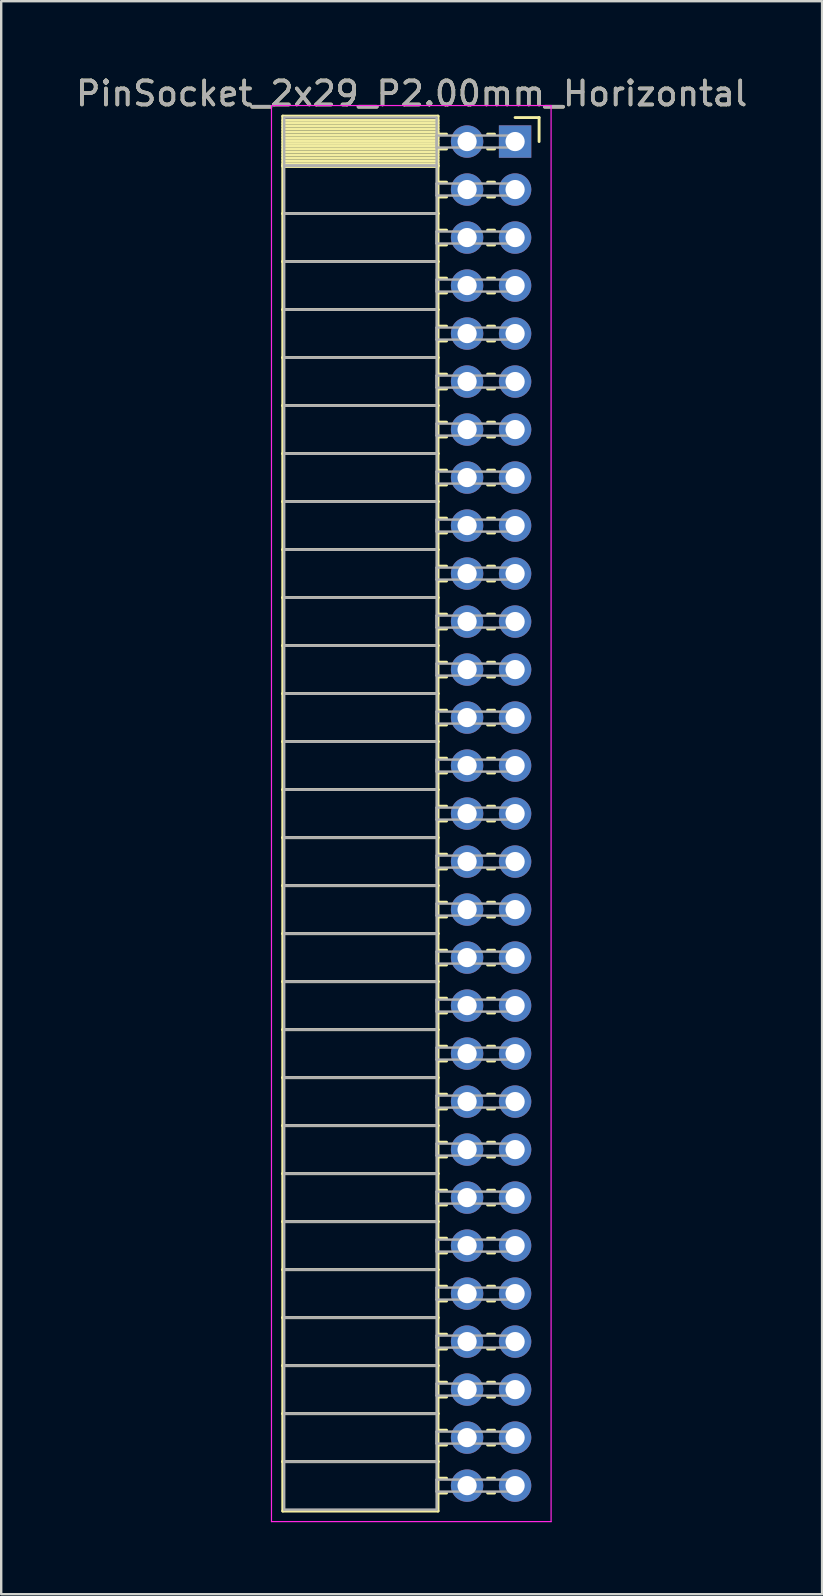
<source format=kicad_pcb>
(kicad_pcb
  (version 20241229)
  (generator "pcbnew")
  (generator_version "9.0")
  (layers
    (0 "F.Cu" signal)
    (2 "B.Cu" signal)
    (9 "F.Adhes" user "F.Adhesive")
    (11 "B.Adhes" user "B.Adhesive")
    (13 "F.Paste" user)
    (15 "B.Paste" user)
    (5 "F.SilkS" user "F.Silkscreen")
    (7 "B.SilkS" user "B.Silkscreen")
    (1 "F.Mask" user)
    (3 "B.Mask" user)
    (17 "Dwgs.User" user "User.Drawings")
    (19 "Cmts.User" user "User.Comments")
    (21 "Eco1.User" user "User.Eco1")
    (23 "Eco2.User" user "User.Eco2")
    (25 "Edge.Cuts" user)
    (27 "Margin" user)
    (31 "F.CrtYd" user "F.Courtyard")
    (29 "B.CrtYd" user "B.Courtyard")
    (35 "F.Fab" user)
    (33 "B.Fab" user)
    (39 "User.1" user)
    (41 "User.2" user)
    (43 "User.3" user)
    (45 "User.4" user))
  (footprint "PinSocket_2x29_P2.00mm_Horizontal"
    (layer "F.Cu")
    (at 18.411 2.848)
    (property "Reference" "PinSocket_2x29_P2.00mm_Horizontal" (at -4.31 -2 0) (layer "F.SilkS") (effects (font (size 1 1) (thickness 0.15))))
    (attr through_hole)
    (fp_line (start -9.68 -1.06) (end -3.21 -1.06) (stroke (width 0.12) (type solid)) (layer "F.SilkS"))
    (fp_line (start -9.68 1) (end -9.68 -1.06) (stroke (width 0.12) (type solid)) (layer "F.SilkS"))
    (fp_line (start -9.68 1) (end -3.21 1) (stroke (width 0.12) (type solid)) (layer "F.SilkS"))
    (fp_line (start -9.68 3) (end -9.68 1) (stroke (width 0.12) (type solid)) (layer "F.SilkS"))
    (fp_line (start -9.68 3) (end -3.21 3) (stroke (width 0.12) (type solid)) (layer "F.SilkS"))
    (fp_line (start -9.68 5) (end -9.68 3) (stroke (width 0.12) (type solid)) (layer "F.SilkS"))
    (fp_line (start -9.68 5) (end -3.21 5) (stroke (width 0.12) (type solid)) (layer "F.SilkS"))
    (fp_line (start -9.68 7) (end -9.68 5) (stroke (width 0.12) (type solid)) (layer "F.SilkS"))
    (fp_line (start -9.68 7) (end -3.21 7) (stroke (width 0.12) (type solid)) (layer "F.SilkS"))
    (fp_line (start -9.68 9) (end -9.68 7) (stroke (width 0.12) (type solid)) (layer "F.SilkS"))
    (fp_line (start -9.68 9) (end -3.21 9) (stroke (width 0.12) (type solid)) (layer "F.SilkS"))
    (fp_line (start -9.68 11) (end -9.68 9) (stroke (width 0.12) (type solid)) (layer "F.SilkS"))
    (fp_line (start -9.68 11) (end -3.21 11) (stroke (width 0.12) (type solid)) (layer "F.SilkS"))
    (fp_line (start -9.68 13) (end -9.68 11) (stroke (width 0.12) (type solid)) (layer "F.SilkS"))
    (fp_line (start -9.68 13) (end -3.21 13) (stroke (width 0.12) (type solid)) (layer "F.SilkS"))
    (fp_line (start -9.68 15) (end -9.68 13) (stroke (width 0.12) (type solid)) (layer "F.SilkS"))
    (fp_line (start -9.68 15) (end -3.21 15) (stroke (width 0.12) (type solid)) (layer "F.SilkS"))
    (fp_line (start -9.68 17) (end -9.68 15) (stroke (width 0.12) (type solid)) (layer "F.SilkS"))
    (fp_line (start -9.68 17) (end -3.21 17) (stroke (width 0.12) (type solid)) (layer "F.SilkS"))
    (fp_line (start -9.68 19) (end -9.68 17) (stroke (width 0.12) (type solid)) (layer "F.SilkS"))
    (fp_line (start -9.68 19) (end -3.21 19) (stroke (width 0.12) (type solid)) (layer "F.SilkS"))
    (fp_line (start -9.68 21) (end -9.68 19) (stroke (width 0.12) (type solid)) (layer "F.SilkS"))
    (fp_line (start -9.68 21) (end -3.21 21) (stroke (width 0.12) (type solid)) (layer "F.SilkS"))
    (fp_line (start -9.68 23) (end -9.68 21) (stroke (width 0.12) (type solid)) (layer "F.SilkS"))
    (fp_line (start -9.68 23) (end -3.21 23) (stroke (width 0.12) (type solid)) (layer "F.SilkS"))
    (fp_line (start -9.68 25) (end -9.68 23) (stroke (width 0.12) (type solid)) (layer "F.SilkS"))
    (fp_line (start -9.68 25) (end -3.21 25) (stroke (width 0.12) (type solid)) (layer "F.SilkS"))
    (fp_line (start -9.68 27) (end -9.68 25) (stroke (width 0.12) (type solid)) (layer "F.SilkS"))
    (fp_line (start -9.68 27) (end -3.21 27) (stroke (width 0.12) (type solid)) (layer "F.SilkS"))
    (fp_line (start -9.68 29) (end -9.68 27) (stroke (width 0.12) (type solid)) (layer "F.SilkS"))
    (fp_line (start -9.68 29) (end -3.21 29) (stroke (width 0.12) (type solid)) (layer "F.SilkS"))
    (fp_line (start -9.68 31) (end -9.68 29) (stroke (width 0.12) (type solid)) (layer "F.SilkS"))
    (fp_line (start -9.68 31) (end -3.21 31) (stroke (width 0.12) (type solid)) (layer "F.SilkS"))
    (fp_line (start -9.68 33) (end -9.68 31) (stroke (width 0.12) (type solid)) (layer "F.SilkS"))
    (fp_line (start -9.68 33) (end -3.21 33) (stroke (width 0.12) (type solid)) (layer "F.SilkS"))
    (fp_line (start -9.68 35) (end -9.68 33) (stroke (width 0.12) (type solid)) (layer "F.SilkS"))
    (fp_line (start -9.68 35) (end -3.21 35) (stroke (width 0.12) (type solid)) (layer "F.SilkS"))
    (fp_line (start -9.68 37) (end -9.68 35) (stroke (width 0.12) (type solid)) (layer "F.SilkS"))
    (fp_line (start -9.68 37) (end -3.21 37) (stroke (width 0.12) (type solid)) (layer "F.SilkS"))
    (fp_line (start -9.68 39) (end -9.68 37) (stroke (width 0.12) (type solid)) (layer "F.SilkS"))
    (fp_line (start -9.68 39) (end -3.21 39) (stroke (width 0.12) (type solid)) (layer "F.SilkS"))
    (fp_line (start -9.68 41) (end -9.68 39) (stroke (width 0.12) (type solid)) (layer "F.SilkS"))
    (fp_line (start -9.68 41) (end -3.21 41) (stroke (width 0.12) (type solid)) (layer "F.SilkS"))
    (fp_line (start -9.68 43) (end -9.68 41) (stroke (width 0.12) (type solid)) (layer "F.SilkS"))
    (fp_line (start -9.68 43) (end -3.21 43) (stroke (width 0.12) (type solid)) (layer "F.SilkS"))
    (fp_line (start -9.68 45) (end -9.68 43) (stroke (width 0.12) (type solid)) (layer "F.SilkS"))
    (fp_line (start -9.68 45) (end -3.21 45) (stroke (width 0.12) (type solid)) (layer "F.SilkS"))
    (fp_line (start -9.68 47) (end -9.68 45) (stroke (width 0.12) (type solid)) (layer "F.SilkS"))
    (fp_line (start -9.68 47) (end -3.21 47) (stroke (width 0.12) (type solid)) (layer "F.SilkS"))
    (fp_line (start -9.68 49) (end -9.68 47) (stroke (width 0.12) (type solid)) (layer "F.SilkS"))
    (fp_line (start -9.68 49) (end -3.21 49) (stroke (width 0.12) (type solid)) (layer "F.SilkS"))
    (fp_line (start -9.68 51) (end -9.68 49) (stroke (width 0.12) (type solid)) (layer "F.SilkS"))
    (fp_line (start -9.68 51) (end -3.21 51) (stroke (width 0.12) (type solid)) (layer "F.SilkS"))
    (fp_line (start -9.68 53) (end -9.68 51) (stroke (width 0.12) (type solid)) (layer "F.SilkS"))
    (fp_line (start -9.68 53) (end -3.21 53) (stroke (width 0.12) (type solid)) (layer "F.SilkS"))
    (fp_line (start -9.68 55) (end -9.68 53) (stroke (width 0.12) (type solid)) (layer "F.SilkS"))
    (fp_line (start -9.68 55) (end -3.21 55) (stroke (width 0.12) (type solid)) (layer "F.SilkS"))
    (fp_line (start -9.68 57.06) (end -9.68 55) (stroke (width 0.12) (type solid)) (layer "F.SilkS"))
    (fp_line (start -3.21 -1.06) (end -3.21 1) (stroke (width 0.12) (type solid)) (layer "F.SilkS"))
    (fp_line (start -3.21 -0.88) (end -9.68 -0.88) (stroke (width 0.12) (type solid)) (layer "F.SilkS"))
    (fp_line (start -3.21 -0.76) (end -9.68 -0.76) (stroke (width 0.12) (type solid)) (layer "F.SilkS"))
    (fp_line (start -3.21 -0.64) (end -9.68 -0.64) (stroke (width 0.12) (type solid)) (layer "F.SilkS"))
    (fp_line (start -3.21 -0.52) (end -9.68 -0.52) (stroke (width 0.12) (type solid)) (layer "F.SilkS"))
    (fp_line (start -3.21 -0.4) (end -9.68 -0.4) (stroke (width 0.12) (type solid)) (layer "F.SilkS"))
    (fp_line (start -3.21 -0.28) (end -9.68 -0.28) (stroke (width 0.12) (type solid)) (layer "F.SilkS"))
    (fp_line (start -3.21 -0.16) (end -9.68 -0.16) (stroke (width 0.12) (type solid)) (layer "F.SilkS"))
    (fp_line (start -3.21 -0.04) (end -9.68 -0.04) (stroke (width 0.12) (type solid)) (layer "F.SilkS"))
    (fp_line (start -3.21 0.08) (end -9.68 0.08) (stroke (width 0.12) (type solid)) (layer "F.SilkS"))
    (fp_line (start -3.21 0.2) (end -9.68 0.2) (stroke (width 0.12) (type solid)) (layer "F.SilkS"))
    (fp_line (start -3.21 0.32) (end -9.68 0.32) (stroke (width 0.12) (type solid)) (layer "F.SilkS"))
    (fp_line (start -3.21 0.44) (end -9.68 0.44) (stroke (width 0.12) (type solid)) (layer "F.SilkS"))
    (fp_line (start -3.21 0.56) (end -9.68 0.56) (stroke (width 0.12) (type solid)) (layer "F.SilkS"))
    (fp_line (start -3.21 0.68) (end -9.68 0.68) (stroke (width 0.12) (type solid)) (layer "F.SilkS"))
    (fp_line (start -3.21 0.8) (end -9.68 0.8) (stroke (width 0.12) (type solid)) (layer "F.SilkS"))
    (fp_line (start -3.21 0.92) (end -9.68 0.92) (stroke (width 0.12) (type solid)) (layer "F.SilkS"))
    (fp_line (start -3.21 1) (end -9.68 1) (stroke (width 0.12) (type solid)) (layer "F.SilkS"))
    (fp_line (start -3.21 1) (end -3.21 3) (stroke (width 0.12) (type solid)) (layer "F.SilkS"))
    (fp_line (start -3.21 1.04) (end -9.68 1.04) (stroke (width 0.12) (type solid)) (layer "F.SilkS"))
    (fp_line (start -3.21 3) (end -9.68 3) (stroke (width 0.12) (type solid)) (layer "F.SilkS"))
    (fp_line (start -3.21 3) (end -3.21 5) (stroke (width 0.12) (type solid)) (layer "F.SilkS"))
    (fp_line (start -3.21 5) (end -9.68 5) (stroke (width 0.12) (type solid)) (layer "F.SilkS"))
    (fp_line (start -3.21 5) (end -3.21 7) (stroke (width 0.12) (type solid)) (layer "F.SilkS"))
    (fp_line (start -3.21 7) (end -9.68 7) (stroke (width 0.12) (type solid)) (layer "F.SilkS"))
    (fp_line (start -3.21 7) (end -3.21 9) (stroke (width 0.12) (type solid)) (layer "F.SilkS"))
    (fp_line (start -3.21 9) (end -9.68 9) (stroke (width 0.12) (type solid)) (layer "F.SilkS"))
    (fp_line (start -3.21 9) (end -3.21 11) (stroke (width 0.12) (type solid)) (layer "F.SilkS"))
    (fp_line (start -3.21 11) (end -9.68 11) (stroke (width 0.12) (type solid)) (layer "F.SilkS"))
    (fp_line (start -3.21 11) (end -3.21 13) (stroke (width 0.12) (type solid)) (layer "F.SilkS"))
    (fp_line (start -3.21 13) (end -9.68 13) (stroke (width 0.12) (type solid)) (layer "F.SilkS"))
    (fp_line (start -3.21 13) (end -3.21 15) (stroke (width 0.12) (type solid)) (layer "F.SilkS"))
    (fp_line (start -3.21 15) (end -9.68 15) (stroke (width 0.12) (type solid)) (layer "F.SilkS"))
    (fp_line (start -3.21 15) (end -3.21 17) (stroke (width 0.12) (type solid)) (layer "F.SilkS"))
    (fp_line (start -3.21 17) (end -9.68 17) (stroke (width 0.12) (type solid)) (layer "F.SilkS"))
    (fp_line (start -3.21 17) (end -3.21 19) (stroke (width 0.12) (type solid)) (layer "F.SilkS"))
    (fp_line (start -3.21 19) (end -9.68 19) (stroke (width 0.12) (type solid)) (layer "F.SilkS"))
    (fp_line (start -3.21 19) (end -3.21 21) (stroke (width 0.12) (type solid)) (layer "F.SilkS"))
    (fp_line (start -3.21 21) (end -9.68 21) (stroke (width 0.12) (type solid)) (layer "F.SilkS"))
    (fp_line (start -3.21 21) (end -3.21 23) (stroke (width 0.12) (type solid)) (layer "F.SilkS"))
    (fp_line (start -3.21 23) (end -9.68 23) (stroke (width 0.12) (type solid)) (layer "F.SilkS"))
    (fp_line (start -3.21 23) (end -3.21 25) (stroke (width 0.12) (type solid)) (layer "F.SilkS"))
    (fp_line (start -3.21 25) (end -9.68 25) (stroke (width 0.12) (type solid)) (layer "F.SilkS"))
    (fp_line (start -3.21 25) (end -3.21 27) (stroke (width 0.12) (type solid)) (layer "F.SilkS"))
    (fp_line (start -3.21 27) (end -9.68 27) (stroke (width 0.12) (type solid)) (layer "F.SilkS"))
    (fp_line (start -3.21 27) (end -3.21 29) (stroke (width 0.12) (type solid)) (layer "F.SilkS"))
    (fp_line (start -3.21 29) (end -9.68 29) (stroke (width 0.12) (type solid)) (layer "F.SilkS"))
    (fp_line (start -3.21 29) (end -3.21 31) (stroke (width 0.12) (type solid)) (layer "F.SilkS"))
    (fp_line (start -3.21 31) (end -9.68 31) (stroke (width 0.12) (type solid)) (layer "F.SilkS"))
    (fp_line (start -3.21 31) (end -3.21 33) (stroke (width 0.12) (type solid)) (layer "F.SilkS"))
    (fp_line (start -3.21 33) (end -9.68 33) (stroke (width 0.12) (type solid)) (layer "F.SilkS"))
    (fp_line (start -3.21 33) (end -3.21 35) (stroke (width 0.12) (type solid)) (layer "F.SilkS"))
    (fp_line (start -3.21 35) (end -9.68 35) (stroke (width 0.12) (type solid)) (layer "F.SilkS"))
    (fp_line (start -3.21 35) (end -3.21 37) (stroke (width 0.12) (type solid)) (layer "F.SilkS"))
    (fp_line (start -3.21 37) (end -9.68 37) (stroke (width 0.12) (type solid)) (layer "F.SilkS"))
    (fp_line (start -3.21 37) (end -3.21 39) (stroke (width 0.12) (type solid)) (layer "F.SilkS"))
    (fp_line (start -3.21 39) (end -9.68 39) (stroke (width 0.12) (type solid)) (layer "F.SilkS"))
    (fp_line (start -3.21 39) (end -3.21 41) (stroke (width 0.12) (type solid)) (layer "F.SilkS"))
    (fp_line (start -3.21 41) (end -9.68 41) (stroke (width 0.12) (type solid)) (layer "F.SilkS"))
    (fp_line (start -3.21 41) (end -3.21 43) (stroke (width 0.12) (type solid)) (layer "F.SilkS"))
    (fp_line (start -3.21 43) (end -9.68 43) (stroke (width 0.12) (type solid)) (layer "F.SilkS"))
    (fp_line (start -3.21 43) (end -3.21 45) (stroke (width 0.12) (type solid)) (layer "F.SilkS"))
    (fp_line (start -3.21 45) (end -9.68 45) (stroke (width 0.12) (type solid)) (layer "F.SilkS"))
    (fp_line (start -3.21 45) (end -3.21 47) (stroke (width 0.12) (type solid)) (layer "F.SilkS"))
    (fp_line (start -3.21 47) (end -9.68 47) (stroke (width 0.12) (type solid)) (layer "F.SilkS"))
    (fp_line (start -3.21 47) (end -3.21 49) (stroke (width 0.12) (type solid)) (layer "F.SilkS"))
    (fp_line (start -3.21 49) (end -9.68 49) (stroke (width 0.12) (type solid)) (layer "F.SilkS"))
    (fp_line (start -3.21 49) (end -3.21 51) (stroke (width 0.12) (type solid)) (layer "F.SilkS"))
    (fp_line (start -3.21 51) (end -9.68 51) (stroke (width 0.12) (type solid)) (layer "F.SilkS"))
    (fp_line (start -3.21 51) (end -3.21 53) (stroke (width 0.12) (type solid)) (layer "F.SilkS"))
    (fp_line (start -3.21 53) (end -9.68 53) (stroke (width 0.12) (type solid)) (layer "F.SilkS"))
    (fp_line (start -3.21 53) (end -3.21 55) (stroke (width 0.12) (type solid)) (layer "F.SilkS"))
    (fp_line (start -3.21 55) (end -9.68 55) (stroke (width 0.12) (type solid)) (layer "F.SilkS"))
    (fp_line (start -3.21 55) (end -3.21 57.06) (stroke (width 0.12) (type solid)) (layer "F.SilkS"))
    (fp_line (start -3.21 57.06) (end -9.68 57.06) (stroke (width 0.12) (type solid)) (layer "F.SilkS"))
    (fp_line (start -2.855 -0.31) (end -3.21 -0.31) (stroke (width 0.12) (type solid)) (layer "F.SilkS"))
    (fp_line (start -2.855 0.31) (end -3.21 0.31) (stroke (width 0.12) (type solid)) (layer "F.SilkS"))
    (fp_line (start -2.855 1.69) (end -3.21 1.69) (stroke (width 0.12) (type solid)) (layer "F.SilkS"))
    (fp_line (start -2.855 2.31) (end -3.21 2.31) (stroke (width 0.12) (type solid)) (layer "F.SilkS"))
    (fp_line (start -2.855 3.69) (end -3.21 3.69) (stroke (width 0.12) (type solid)) (layer "F.SilkS"))
    (fp_line (start -2.855 4.31) (end -3.21 4.31) (stroke (width 0.12) (type solid)) (layer "F.SilkS"))
    (fp_line (start -2.855 5.69) (end -3.21 5.69) (stroke (width 0.12) (type solid)) (layer "F.SilkS"))
    (fp_line (start -2.855 6.31) (end -3.21 6.31) (stroke (width 0.12) (type solid)) (layer "F.SilkS"))
    (fp_line (start -2.855 7.69) (end -3.21 7.69) (stroke (width 0.12) (type solid)) (layer "F.SilkS"))
    (fp_line (start -2.855 8.31) (end -3.21 8.31) (stroke (width 0.12) (type solid)) (layer "F.SilkS"))
    (fp_line (start -2.855 9.69) (end -3.21 9.69) (stroke (width 0.12) (type solid)) (layer "F.SilkS"))
    (fp_line (start -2.855 10.31) (end -3.21 10.31) (stroke (width 0.12) (type solid)) (layer "F.SilkS"))
    (fp_line (start -2.855 11.69) (end -3.21 11.69) (stroke (width 0.12) (type solid)) (layer "F.SilkS"))
    (fp_line (start -2.855 12.31) (end -3.21 12.31) (stroke (width 0.12) (type solid)) (layer "F.SilkS"))
    (fp_line (start -2.855 13.69) (end -3.21 13.69) (stroke (width 0.12) (type solid)) (layer "F.SilkS"))
    (fp_line (start -2.855 14.31) (end -3.21 14.31) (stroke (width 0.12) (type solid)) (layer "F.SilkS"))
    (fp_line (start -2.855 15.69) (end -3.21 15.69) (stroke (width 0.12) (type solid)) (layer "F.SilkS"))
    (fp_line (start -2.855 16.31) (end -3.21 16.31) (stroke (width 0.12) (type solid)) (layer "F.SilkS"))
    (fp_line (start -2.855 17.69) (end -3.21 17.69) (stroke (width 0.12) (type solid)) (layer "F.SilkS"))
    (fp_line (start -2.855 18.31) (end -3.21 18.31) (stroke (width 0.12) (type solid)) (layer "F.SilkS"))
    (fp_line (start -2.855 19.69) (end -3.21 19.69) (stroke (width 0.12) (type solid)) (layer "F.SilkS"))
    (fp_line (start -2.855 20.31) (end -3.21 20.31) (stroke (width 0.12) (type solid)) (layer "F.SilkS"))
    (fp_line (start -2.855 21.69) (end -3.21 21.69) (stroke (width 0.12) (type solid)) (layer "F.SilkS"))
    (fp_line (start -2.855 22.31) (end -3.21 22.31) (stroke (width 0.12) (type solid)) (layer "F.SilkS"))
    (fp_line (start -2.855 23.69) (end -3.21 23.69) (stroke (width 0.12) (type solid)) (layer "F.SilkS"))
    (fp_line (start -2.855 24.31) (end -3.21 24.31) (stroke (width 0.12) (type solid)) (layer "F.SilkS"))
    (fp_line (start -2.855 25.69) (end -3.21 25.69) (stroke (width 0.12) (type solid)) (layer "F.SilkS"))
    (fp_line (start -2.855 26.31) (end -3.21 26.31) (stroke (width 0.12) (type solid)) (layer "F.SilkS"))
    (fp_line (start -2.855 27.69) (end -3.21 27.69) (stroke (width 0.12) (type solid)) (layer "F.SilkS"))
    (fp_line (start -2.855 28.31) (end -3.21 28.31) (stroke (width 0.12) (type solid)) (layer "F.SilkS"))
    (fp_line (start -2.855 29.69) (end -3.21 29.69) (stroke (width 0.12) (type solid)) (layer "F.SilkS"))
    (fp_line (start -2.855 30.31) (end -3.21 30.31) (stroke (width 0.12) (type solid)) (layer "F.SilkS"))
    (fp_line (start -2.855 31.69) (end -3.21 31.69) (stroke (width 0.12) (type solid)) (layer "F.SilkS"))
    (fp_line (start -2.855 32.31) (end -3.21 32.31) (stroke (width 0.12) (type solid)) (layer "F.SilkS"))
    (fp_line (start -2.855 33.69) (end -3.21 33.69) (stroke (width 0.12) (type solid)) (layer "F.SilkS"))
    (fp_line (start -2.855 34.31) (end -3.21 34.31) (stroke (width 0.12) (type solid)) (layer "F.SilkS"))
    (fp_line (start -2.855 35.69) (end -3.21 35.69) (stroke (width 0.12) (type solid)) (layer "F.SilkS"))
    (fp_line (start -2.855 36.31) (end -3.21 36.31) (stroke (width 0.12) (type solid)) (layer "F.SilkS"))
    (fp_line (start -2.855 37.69) (end -3.21 37.69) (stroke (width 0.12) (type solid)) (layer "F.SilkS"))
    (fp_line (start -2.855 38.31) (end -3.21 38.31) (stroke (width 0.12) (type solid)) (layer "F.SilkS"))
    (fp_line (start -2.855 39.69) (end -3.21 39.69) (stroke (width 0.12) (type solid)) (layer "F.SilkS"))
    (fp_line (start -2.855 40.31) (end -3.21 40.31) (stroke (width 0.12) (type solid)) (layer "F.SilkS"))
    (fp_line (start -2.855 41.69) (end -3.21 41.69) (stroke (width 0.12) (type solid)) (layer "F.SilkS"))
    (fp_line (start -2.855 42.31) (end -3.21 42.31) (stroke (width 0.12) (type solid)) (layer "F.SilkS"))
    (fp_line (start -2.855 43.69) (end -3.21 43.69) (stroke (width 0.12) (type solid)) (layer "F.SilkS"))
    (fp_line (start -2.855 44.31) (end -3.21 44.31) (stroke (width 0.12) (type solid)) (layer "F.SilkS"))
    (fp_line (start -2.855 45.69) (end -3.21 45.69) (stroke (width 0.12) (type solid)) (layer "F.SilkS"))
    (fp_line (start -2.855 46.31) (end -3.21 46.31) (stroke (width 0.12) (type solid)) (layer "F.SilkS"))
    (fp_line (start -2.855 47.69) (end -3.21 47.69) (stroke (width 0.12) (type solid)) (layer "F.SilkS"))
    (fp_line (start -2.855 48.31) (end -3.21 48.31) (stroke (width 0.12) (type solid)) (layer "F.SilkS"))
    (fp_line (start -2.855 49.69) (end -3.21 49.69) (stroke (width 0.12) (type solid)) (layer "F.SilkS"))
    (fp_line (start -2.855 50.31) (end -3.21 50.31) (stroke (width 0.12) (type solid)) (layer "F.SilkS"))
    (fp_line (start -2.855 51.69) (end -3.21 51.69) (stroke (width 0.12) (type solid)) (layer "F.SilkS"))
    (fp_line (start -2.855 52.31) (end -3.21 52.31) (stroke (width 0.12) (type solid)) (layer "F.SilkS"))
    (fp_line (start -2.855 53.69) (end -3.21 53.69) (stroke (width 0.12) (type solid)) (layer "F.SilkS"))
    (fp_line (start -2.855 54.31) (end -3.21 54.31) (stroke (width 0.12) (type solid)) (layer "F.SilkS"))
    (fp_line (start -2.855 55.69) (end -3.21 55.69) (stroke (width 0.12) (type solid)) (layer "F.SilkS"))
    (fp_line (start -2.855 56.31) (end -3.21 56.31) (stroke (width 0.12) (type solid)) (layer "F.SilkS"))
    (fp_line (start -0.855 -0.31) (end -1.145 -0.31) (stroke (width 0.12) (type solid)) (layer "F.SilkS"))
    (fp_line (start -0.855 0.31) (end -1.145 0.31) (stroke (width 0.12) (type solid)) (layer "F.SilkS"))
    (fp_line (start -0.855 1.69) (end -1.145 1.69) (stroke (width 0.12) (type solid)) (layer "F.SilkS"))
    (fp_line (start -0.855 2.31) (end -1.145 2.31) (stroke (width 0.12) (type solid)) (layer "F.SilkS"))
    (fp_line (start -0.855 3.69) (end -1.145 3.69) (stroke (width 0.12) (type solid)) (layer "F.SilkS"))
    (fp_line (start -0.855 4.31) (end -1.145 4.31) (stroke (width 0.12) (type solid)) (layer "F.SilkS"))
    (fp_line (start -0.855 5.69) (end -1.145 5.69) (stroke (width 0.12) (type solid)) (layer "F.SilkS"))
    (fp_line (start -0.855 6.31) (end -1.145 6.31) (stroke (width 0.12) (type solid)) (layer "F.SilkS"))
    (fp_line (start -0.855 7.69) (end -1.145 7.69) (stroke (width 0.12) (type solid)) (layer "F.SilkS"))
    (fp_line (start -0.855 8.31) (end -1.145 8.31) (stroke (width 0.12) (type solid)) (layer "F.SilkS"))
    (fp_line (start -0.855 9.69) (end -1.145 9.69) (stroke (width 0.12) (type solid)) (layer "F.SilkS"))
    (fp_line (start -0.855 10.31) (end -1.145 10.31) (stroke (width 0.12) (type solid)) (layer "F.SilkS"))
    (fp_line (start -0.855 11.69) (end -1.145 11.69) (stroke (width 0.12) (type solid)) (layer "F.SilkS"))
    (fp_line (start -0.855 12.31) (end -1.145 12.31) (stroke (width 0.12) (type solid)) (layer "F.SilkS"))
    (fp_line (start -0.855 13.69) (end -1.145 13.69) (stroke (width 0.12) (type solid)) (layer "F.SilkS"))
    (fp_line (start -0.855 14.31) (end -1.145 14.31) (stroke (width 0.12) (type solid)) (layer "F.SilkS"))
    (fp_line (start -0.855 15.69) (end -1.145 15.69) (stroke (width 0.12) (type solid)) (layer "F.SilkS"))
    (fp_line (start -0.855 16.31) (end -1.145 16.31) (stroke (width 0.12) (type solid)) (layer "F.SilkS"))
    (fp_line (start -0.855 17.69) (end -1.145 17.69) (stroke (width 0.12) (type solid)) (layer "F.SilkS"))
    (fp_line (start -0.855 18.31) (end -1.145 18.31) (stroke (width 0.12) (type solid)) (layer "F.SilkS"))
    (fp_line (start -0.855 19.69) (end -1.145 19.69) (stroke (width 0.12) (type solid)) (layer "F.SilkS"))
    (fp_line (start -0.855 20.31) (end -1.145 20.31) (stroke (width 0.12) (type solid)) (layer "F.SilkS"))
    (fp_line (start -0.855 21.69) (end -1.145 21.69) (stroke (width 0.12) (type solid)) (layer "F.SilkS"))
    (fp_line (start -0.855 22.31) (end -1.145 22.31) (stroke (width 0.12) (type solid)) (layer "F.SilkS"))
    (fp_line (start -0.855 23.69) (end -1.145 23.69) (stroke (width 0.12) (type solid)) (layer "F.SilkS"))
    (fp_line (start -0.855 24.31) (end -1.145 24.31) (stroke (width 0.12) (type solid)) (layer "F.SilkS"))
    (fp_line (start -0.855 25.69) (end -1.145 25.69) (stroke (width 0.12) (type solid)) (layer "F.SilkS"))
    (fp_line (start -0.855 26.31) (end -1.145 26.31) (stroke (width 0.12) (type solid)) (layer "F.SilkS"))
    (fp_line (start -0.855 27.69) (end -1.145 27.69) (stroke (width 0.12) (type solid)) (layer "F.SilkS"))
    (fp_line (start -0.855 28.31) (end -1.145 28.31) (stroke (width 0.12) (type solid)) (layer "F.SilkS"))
    (fp_line (start -0.855 29.69) (end -1.145 29.69) (stroke (width 0.12) (type solid)) (layer "F.SilkS"))
    (fp_line (start -0.855 30.31) (end -1.145 30.31) (stroke (width 0.12) (type solid)) (layer "F.SilkS"))
    (fp_line (start -0.855 31.69) (end -1.145 31.69) (stroke (width 0.12) (type solid)) (layer "F.SilkS"))
    (fp_line (start -0.855 32.31) (end -1.145 32.31) (stroke (width 0.12) (type solid)) (layer "F.SilkS"))
    (fp_line (start -0.855 33.69) (end -1.145 33.69) (stroke (width 0.12) (type solid)) (layer "F.SilkS"))
    (fp_line (start -0.855 34.31) (end -1.145 34.31) (stroke (width 0.12) (type solid)) (layer "F.SilkS"))
    (fp_line (start -0.855 35.69) (end -1.145 35.69) (stroke (width 0.12) (type solid)) (layer "F.SilkS"))
    (fp_line (start -0.855 36.31) (end -1.145 36.31) (stroke (width 0.12) (type solid)) (layer "F.SilkS"))
    (fp_line (start -0.855 37.69) (end -1.145 37.69) (stroke (width 0.12) (type solid)) (layer "F.SilkS"))
    (fp_line (start -0.855 38.31) (end -1.145 38.31) (stroke (width 0.12) (type solid)) (layer "F.SilkS"))
    (fp_line (start -0.855 39.69) (end -1.145 39.69) (stroke (width 0.12) (type solid)) (layer "F.SilkS"))
    (fp_line (start -0.855 40.31) (end -1.145 40.31) (stroke (width 0.12) (type solid)) (layer "F.SilkS"))
    (fp_line (start -0.855 41.69) (end -1.145 41.69) (stroke (width 0.12) (type solid)) (layer "F.SilkS"))
    (fp_line (start -0.855 42.31) (end -1.145 42.31) (stroke (width 0.12) (type solid)) (layer "F.SilkS"))
    (fp_line (start -0.855 43.69) (end -1.145 43.69) (stroke (width 0.12) (type solid)) (layer "F.SilkS"))
    (fp_line (start -0.855 44.31) (end -1.145 44.31) (stroke (width 0.12) (type solid)) (layer "F.SilkS"))
    (fp_line (start -0.855 45.69) (end -1.145 45.69) (stroke (width 0.12) (type solid)) (layer "F.SilkS"))
    (fp_line (start -0.855 46.31) (end -1.145 46.31) (stroke (width 0.12) (type solid)) (layer "F.SilkS"))
    (fp_line (start -0.855 47.69) (end -1.145 47.69) (stroke (width 0.12) (type solid)) (layer "F.SilkS"))
    (fp_line (start -0.855 48.31) (end -1.145 48.31) (stroke (width 0.12) (type solid)) (layer "F.SilkS"))
    (fp_line (start -0.855 49.69) (end -1.145 49.69) (stroke (width 0.12) (type solid)) (layer "F.SilkS"))
    (fp_line (start -0.855 50.31) (end -1.145 50.31) (stroke (width 0.12) (type solid)) (layer "F.SilkS"))
    (fp_line (start -0.855 51.69) (end -1.145 51.69) (stroke (width 0.12) (type solid)) (layer "F.SilkS"))
    (fp_line (start -0.855 52.31) (end -1.145 52.31) (stroke (width 0.12) (type solid)) (layer "F.SilkS"))
    (fp_line (start -0.855 53.69) (end -1.145 53.69) (stroke (width 0.12) (type solid)) (layer "F.SilkS"))
    (fp_line (start -0.855 54.31) (end -1.145 54.31) (stroke (width 0.12) (type solid)) (layer "F.SilkS"))
    (fp_line (start -0.855 55.69) (end -1.145 55.69) (stroke (width 0.12) (type solid)) (layer "F.SilkS"))
    (fp_line (start -0.855 56.31) (end -1.145 56.31) (stroke (width 0.12) (type solid)) (layer "F.SilkS"))
    (fp_line (start 0 -1) (end 1 -1) (stroke (width 0.12) (type solid)) (layer "F.SilkS"))
    (fp_line (start 1 -1) (end 1 0) (stroke (width 0.12) (type solid)) (layer "F.SilkS"))
    (fp_line (start -10.15 -1.5) (end 1.5 -1.5) (stroke (width 0.05) (type solid)) (layer "F.CrtYd"))
    (fp_line (start -10.15 57.5) (end -10.15 -1.5) (stroke (width 0.05) (type solid)) (layer "F.CrtYd"))
    (fp_line (start 1.5 -1.5) (end 1.5 57.5) (stroke (width 0.05) (type solid)) (layer "F.CrtYd"))
    (fp_line (start 1.5 57.5) (end -10.15 57.5) (stroke (width 0.05) (type solid)) (layer "F.CrtYd"))
    (fp_line (start -9.62 -1) (end -3.27 -1) (stroke (width 0.1) (type solid)) (layer "F.Fab"))
    (fp_line (start -9.62 1) (end -9.62 -1) (stroke (width 0.1) (type solid)) (layer "F.Fab"))
    (fp_line (start -9.62 1) (end -3.27 1) (stroke (width 0.1) (type solid)) (layer "F.Fab"))
    (fp_line (start -9.62 3) (end -9.62 1) (stroke (width 0.1) (type solid)) (layer "F.Fab"))
    (fp_line (start -9.62 3) (end -3.27 3) (stroke (width 0.1) (type solid)) (layer "F.Fab"))
    (fp_line (start -9.62 5) (end -9.62 3) (stroke (width 0.1) (type solid)) (layer "F.Fab"))
    (fp_line (start -9.62 5) (end -3.27 5) (stroke (width 0.1) (type solid)) (layer "F.Fab"))
    (fp_line (start -9.62 7) (end -9.62 5) (stroke (width 0.1) (type solid)) (layer "F.Fab"))
    (fp_line (start -9.62 7) (end -3.27 7) (stroke (width 0.1) (type solid)) (layer "F.Fab"))
    (fp_line (start -9.62 9) (end -9.62 7) (stroke (width 0.1) (type solid)) (layer "F.Fab"))
    (fp_line (start -9.62 9) (end -3.27 9) (stroke (width 0.1) (type solid)) (layer "F.Fab"))
    (fp_line (start -9.62 11) (end -9.62 9) (stroke (width 0.1) (type solid)) (layer "F.Fab"))
    (fp_line (start -9.62 11) (end -3.27 11) (stroke (width 0.1) (type solid)) (layer "F.Fab"))
    (fp_line (start -9.62 13) (end -9.62 11) (stroke (width 0.1) (type solid)) (layer "F.Fab"))
    (fp_line (start -9.62 13) (end -3.27 13) (stroke (width 0.1) (type solid)) (layer "F.Fab"))
    (fp_line (start -9.62 15) (end -9.62 13) (stroke (width 0.1) (type solid)) (layer "F.Fab"))
    (fp_line (start -9.62 15) (end -3.27 15) (stroke (width 0.1) (type solid)) (layer "F.Fab"))
    (fp_line (start -9.62 17) (end -9.62 15) (stroke (width 0.1) (type solid)) (layer "F.Fab"))
    (fp_line (start -9.62 17) (end -3.27 17) (stroke (width 0.1) (type solid)) (layer "F.Fab"))
    (fp_line (start -9.62 19) (end -9.62 17) (stroke (width 0.1) (type solid)) (layer "F.Fab"))
    (fp_line (start -9.62 19) (end -3.27 19) (stroke (width 0.1) (type solid)) (layer "F.Fab"))
    (fp_line (start -9.62 21) (end -9.62 19) (stroke (width 0.1) (type solid)) (layer "F.Fab"))
    (fp_line (start -9.62 21) (end -3.27 21) (stroke (width 0.1) (type solid)) (layer "F.Fab"))
    (fp_line (start -9.62 23) (end -9.62 21) (stroke (width 0.1) (type solid)) (layer "F.Fab"))
    (fp_line (start -9.62 23) (end -3.27 23) (stroke (width 0.1) (type solid)) (layer "F.Fab"))
    (fp_line (start -9.62 25) (end -9.62 23) (stroke (width 0.1) (type solid)) (layer "F.Fab"))
    (fp_line (start -9.62 25) (end -3.27 25) (stroke (width 0.1) (type solid)) (layer "F.Fab"))
    (fp_line (start -9.62 27) (end -9.62 25) (stroke (width 0.1) (type solid)) (layer "F.Fab"))
    (fp_line (start -9.62 27) (end -3.27 27) (stroke (width 0.1) (type solid)) (layer "F.Fab"))
    (fp_line (start -9.62 29) (end -9.62 27) (stroke (width 0.1) (type solid)) (layer "F.Fab"))
    (fp_line (start -9.62 29) (end -3.27 29) (stroke (width 0.1) (type solid)) (layer "F.Fab"))
    (fp_line (start -9.62 31) (end -9.62 29) (stroke (width 0.1) (type solid)) (layer "F.Fab"))
    (fp_line (start -9.62 31) (end -3.27 31) (stroke (width 0.1) (type solid)) (layer "F.Fab"))
    (fp_line (start -9.62 33) (end -9.62 31) (stroke (width 0.1) (type solid)) (layer "F.Fab"))
    (fp_line (start -9.62 33) (end -3.27 33) (stroke (width 0.1) (type solid)) (layer "F.Fab"))
    (fp_line (start -9.62 35) (end -9.62 33) (stroke (width 0.1) (type solid)) (layer "F.Fab"))
    (fp_line (start -9.62 35) (end -3.27 35) (stroke (width 0.1) (type solid)) (layer "F.Fab"))
    (fp_line (start -9.62 37) (end -9.62 35) (stroke (width 0.1) (type solid)) (layer "F.Fab"))
    (fp_line (start -9.62 37) (end -3.27 37) (stroke (width 0.1) (type solid)) (layer "F.Fab"))
    (fp_line (start -9.62 39) (end -9.62 37) (stroke (width 0.1) (type solid)) (layer "F.Fab"))
    (fp_line (start -9.62 39) (end -3.27 39) (stroke (width 0.1) (type solid)) (layer "F.Fab"))
    (fp_line (start -9.62 41) (end -9.62 39) (stroke (width 0.1) (type solid)) (layer "F.Fab"))
    (fp_line (start -9.62 41) (end -3.27 41) (stroke (width 0.1) (type solid)) (layer "F.Fab"))
    (fp_line (start -9.62 43) (end -9.62 41) (stroke (width 0.1) (type solid)) (layer "F.Fab"))
    (fp_line (start -9.62 43) (end -3.27 43) (stroke (width 0.1) (type solid)) (layer "F.Fab"))
    (fp_line (start -9.62 45) (end -9.62 43) (stroke (width 0.1) (type solid)) (layer "F.Fab"))
    (fp_line (start -9.62 45) (end -3.27 45) (stroke (width 0.1) (type solid)) (layer "F.Fab"))
    (fp_line (start -9.62 47) (end -9.62 45) (stroke (width 0.1) (type solid)) (layer "F.Fab"))
    (fp_line (start -9.62 47) (end -3.27 47) (stroke (width 0.1) (type solid)) (layer "F.Fab"))
    (fp_line (start -9.62 49) (end -9.62 47) (stroke (width 0.1) (type solid)) (layer "F.Fab"))
    (fp_line (start -9.62 49) (end -3.27 49) (stroke (width 0.1) (type solid)) (layer "F.Fab"))
    (fp_line (start -9.62 51) (end -9.62 49) (stroke (width 0.1) (type solid)) (layer "F.Fab"))
    (fp_line (start -9.62 51) (end -3.27 51) (stroke (width 0.1) (type solid)) (layer "F.Fab"))
    (fp_line (start -9.62 53) (end -9.62 51) (stroke (width 0.1) (type solid)) (layer "F.Fab"))
    (fp_line (start -9.62 53) (end -3.27 53) (stroke (width 0.1) (type solid)) (layer "F.Fab"))
    (fp_line (start -9.62 55) (end -9.62 53) (stroke (width 0.1) (type solid)) (layer "F.Fab"))
    (fp_line (start -9.62 55) (end -3.27 55) (stroke (width 0.1) (type solid)) (layer "F.Fab"))
    (fp_line (start -9.62 57) (end -9.62 55) (stroke (width 0.1) (type solid)) (layer "F.Fab"))
    (fp_line (start -3.27 -1) (end -3.27 1) (stroke (width 0.1) (type solid)) (layer "F.Fab"))
    (fp_line (start -3.27 -0.25) (end 0 -0.25) (stroke (width 0.1) (type solid)) (layer "F.Fab"))
    (fp_line (start -3.27 0.25) (end -3.27 -0.25) (stroke (width 0.1) (type solid)) (layer "F.Fab"))
    (fp_line (start -3.27 1) (end -9.62 1) (stroke (width 0.1) (type solid)) (layer "F.Fab"))
    (fp_line (start -3.27 1) (end -3.27 3) (stroke (width 0.1) (type solid)) (layer "F.Fab"))
    (fp_line (start -3.27 1.75) (end 0 1.75) (stroke (width 0.1) (type solid)) (layer "F.Fab"))
    (fp_line (start -3.27 2.25) (end -3.27 1.75) (stroke (width 0.1) (type solid)) (layer "F.Fab"))
    (fp_line (start -3.27 3) (end -9.62 3) (stroke (width 0.1) (type solid)) (layer "F.Fab"))
    (fp_line (start -3.27 3) (end -3.27 5) (stroke (width 0.1) (type solid)) (layer "F.Fab"))
    (fp_line (start -3.27 3.75) (end 0 3.75) (stroke (width 0.1) (type solid)) (layer "F.Fab"))
    (fp_line (start -3.27 4.25) (end -3.27 3.75) (stroke (width 0.1) (type solid)) (layer "F.Fab"))
    (fp_line (start -3.27 5) (end -9.62 5) (stroke (width 0.1) (type solid)) (layer "F.Fab"))
    (fp_line (start -3.27 5) (end -3.27 7) (stroke (width 0.1) (type solid)) (layer "F.Fab"))
    (fp_line (start -3.27 5.75) (end 0 5.75) (stroke (width 0.1) (type solid)) (layer "F.Fab"))
    (fp_line (start -3.27 6.25) (end -3.27 5.75) (stroke (width 0.1) (type solid)) (layer "F.Fab"))
    (fp_line (start -3.27 7) (end -9.62 7) (stroke (width 0.1) (type solid)) (layer "F.Fab"))
    (fp_line (start -3.27 7) (end -3.27 9) (stroke (width 0.1) (type solid)) (layer "F.Fab"))
    (fp_line (start -3.27 7.75) (end 0 7.75) (stroke (width 0.1) (type solid)) (layer "F.Fab"))
    (fp_line (start -3.27 8.25) (end -3.27 7.75) (stroke (width 0.1) (type solid)) (layer "F.Fab"))
    (fp_line (start -3.27 9) (end -9.62 9) (stroke (width 0.1) (type solid)) (layer "F.Fab"))
    (fp_line (start -3.27 9) (end -3.27 11) (stroke (width 0.1) (type solid)) (layer "F.Fab"))
    (fp_line (start -3.27 9.75) (end 0 9.75) (stroke (width 0.1) (type solid)) (layer "F.Fab"))
    (fp_line (start -3.27 10.25) (end -3.27 9.75) (stroke (width 0.1) (type solid)) (layer "F.Fab"))
    (fp_line (start -3.27 11) (end -9.62 11) (stroke (width 0.1) (type solid)) (layer "F.Fab"))
    (fp_line (start -3.27 11) (end -3.27 13) (stroke (width 0.1) (type solid)) (layer "F.Fab"))
    (fp_line (start -3.27 11.75) (end 0 11.75) (stroke (width 0.1) (type solid)) (layer "F.Fab"))
    (fp_line (start -3.27 12.25) (end -3.27 11.75) (stroke (width 0.1) (type solid)) (layer "F.Fab"))
    (fp_line (start -3.27 13) (end -9.62 13) (stroke (width 0.1) (type solid)) (layer "F.Fab"))
    (fp_line (start -3.27 13) (end -3.27 15) (stroke (width 0.1) (type solid)) (layer "F.Fab"))
    (fp_line (start -3.27 13.75) (end 0 13.75) (stroke (width 0.1) (type solid)) (layer "F.Fab"))
    (fp_line (start -3.27 14.25) (end -3.27 13.75) (stroke (width 0.1) (type solid)) (layer "F.Fab"))
    (fp_line (start -3.27 15) (end -9.62 15) (stroke (width 0.1) (type solid)) (layer "F.Fab"))
    (fp_line (start -3.27 15) (end -3.27 17) (stroke (width 0.1) (type solid)) (layer "F.Fab"))
    (fp_line (start -3.27 15.75) (end 0 15.75) (stroke (width 0.1) (type solid)) (layer "F.Fab"))
    (fp_line (start -3.27 16.25) (end -3.27 15.75) (stroke (width 0.1) (type solid)) (layer "F.Fab"))
    (fp_line (start -3.27 17) (end -9.62 17) (stroke (width 0.1) (type solid)) (layer "F.Fab"))
    (fp_line (start -3.27 17) (end -3.27 19) (stroke (width 0.1) (type solid)) (layer "F.Fab"))
    (fp_line (start -3.27 17.75) (end 0 17.75) (stroke (width 0.1) (type solid)) (layer "F.Fab"))
    (fp_line (start -3.27 18.25) (end -3.27 17.75) (stroke (width 0.1) (type solid)) (layer "F.Fab"))
    (fp_line (start -3.27 19) (end -9.62 19) (stroke (width 0.1) (type solid)) (layer "F.Fab"))
    (fp_line (start -3.27 19) (end -3.27 21) (stroke (width 0.1) (type solid)) (layer "F.Fab"))
    (fp_line (start -3.27 19.75) (end 0 19.75) (stroke (width 0.1) (type solid)) (layer "F.Fab"))
    (fp_line (start -3.27 20.25) (end -3.27 19.75) (stroke (width 0.1) (type solid)) (layer "F.Fab"))
    (fp_line (start -3.27 21) (end -9.62 21) (stroke (width 0.1) (type solid)) (layer "F.Fab"))
    (fp_line (start -3.27 21) (end -3.27 23) (stroke (width 0.1) (type solid)) (layer "F.Fab"))
    (fp_line (start -3.27 21.75) (end 0 21.75) (stroke (width 0.1) (type solid)) (layer "F.Fab"))
    (fp_line (start -3.27 22.25) (end -3.27 21.75) (stroke (width 0.1) (type solid)) (layer "F.Fab"))
    (fp_line (start -3.27 23) (end -9.62 23) (stroke (width 0.1) (type solid)) (layer "F.Fab"))
    (fp_line (start -3.27 23) (end -3.27 25) (stroke (width 0.1) (type solid)) (layer "F.Fab"))
    (fp_line (start -3.27 23.75) (end 0 23.75) (stroke (width 0.1) (type solid)) (layer "F.Fab"))
    (fp_line (start -3.27 24.25) (end -3.27 23.75) (stroke (width 0.1) (type solid)) (layer "F.Fab"))
    (fp_line (start -3.27 25) (end -9.62 25) (stroke (width 0.1) (type solid)) (layer "F.Fab"))
    (fp_line (start -3.27 25) (end -3.27 27) (stroke (width 0.1) (type solid)) (layer "F.Fab"))
    (fp_line (start -3.27 25.75) (end 0 25.75) (stroke (width 0.1) (type solid)) (layer "F.Fab"))
    (fp_line (start -3.27 26.25) (end -3.27 25.75) (stroke (width 0.1) (type solid)) (layer "F.Fab"))
    (fp_line (start -3.27 27) (end -9.62 27) (stroke (width 0.1) (type solid)) (layer "F.Fab"))
    (fp_line (start -3.27 27) (end -3.27 29) (stroke (width 0.1) (type solid)) (layer "F.Fab"))
    (fp_line (start -3.27 27.75) (end 0 27.75) (stroke (width 0.1) (type solid)) (layer "F.Fab"))
    (fp_line (start -3.27 28.25) (end -3.27 27.75) (stroke (width 0.1) (type solid)) (layer "F.Fab"))
    (fp_line (start -3.27 29) (end -9.62 29) (stroke (width 0.1) (type solid)) (layer "F.Fab"))
    (fp_line (start -3.27 29) (end -3.27 31) (stroke (width 0.1) (type solid)) (layer "F.Fab"))
    (fp_line (start -3.27 29.75) (end 0 29.75) (stroke (width 0.1) (type solid)) (layer "F.Fab"))
    (fp_line (start -3.27 30.25) (end -3.27 29.75) (stroke (width 0.1) (type solid)) (layer "F.Fab"))
    (fp_line (start -3.27 31) (end -9.62 31) (stroke (width 0.1) (type solid)) (layer "F.Fab"))
    (fp_line (start -3.27 31) (end -3.27 33) (stroke (width 0.1) (type solid)) (layer "F.Fab"))
    (fp_line (start -3.27 31.75) (end 0 31.75) (stroke (width 0.1) (type solid)) (layer "F.Fab"))
    (fp_line (start -3.27 32.25) (end -3.27 31.75) (stroke (width 0.1) (type solid)) (layer "F.Fab"))
    (fp_line (start -3.27 33) (end -9.62 33) (stroke (width 0.1) (type solid)) (layer "F.Fab"))
    (fp_line (start -3.27 33) (end -3.27 35) (stroke (width 0.1) (type solid)) (layer "F.Fab"))
    (fp_line (start -3.27 33.75) (end 0 33.75) (stroke (width 0.1) (type solid)) (layer "F.Fab"))
    (fp_line (start -3.27 34.25) (end -3.27 33.75) (stroke (width 0.1) (type solid)) (layer "F.Fab"))
    (fp_line (start -3.27 35) (end -9.62 35) (stroke (width 0.1) (type solid)) (layer "F.Fab"))
    (fp_line (start -3.27 35) (end -3.27 37) (stroke (width 0.1) (type solid)) (layer "F.Fab"))
    (fp_line (start -3.27 35.75) (end 0 35.75) (stroke (width 0.1) (type solid)) (layer "F.Fab"))
    (fp_line (start -3.27 36.25) (end -3.27 35.75) (stroke (width 0.1) (type solid)) (layer "F.Fab"))
    (fp_line (start -3.27 37) (end -9.62 37) (stroke (width 0.1) (type solid)) (layer "F.Fab"))
    (fp_line (start -3.27 37) (end -3.27 39) (stroke (width 0.1) (type solid)) (layer "F.Fab"))
    (fp_line (start -3.27 37.75) (end 0 37.75) (stroke (width 0.1) (type solid)) (layer "F.Fab"))
    (fp_line (start -3.27 38.25) (end -3.27 37.75) (stroke (width 0.1) (type solid)) (layer "F.Fab"))
    (fp_line (start -3.27 39) (end -9.62 39) (stroke (width 0.1) (type solid)) (layer "F.Fab"))
    (fp_line (start -3.27 39) (end -3.27 41) (stroke (width 0.1) (type solid)) (layer "F.Fab"))
    (fp_line (start -3.27 39.75) (end 0 39.75) (stroke (width 0.1) (type solid)) (layer "F.Fab"))
    (fp_line (start -3.27 40.25) (end -3.27 39.75) (stroke (width 0.1) (type solid)) (layer "F.Fab"))
    (fp_line (start -3.27 41) (end -9.62 41) (stroke (width 0.1) (type solid)) (layer "F.Fab"))
    (fp_line (start -3.27 41) (end -3.27 43) (stroke (width 0.1) (type solid)) (layer "F.Fab"))
    (fp_line (start -3.27 41.75) (end 0 41.75) (stroke (width 0.1) (type solid)) (layer "F.Fab"))
    (fp_line (start -3.27 42.25) (end -3.27 41.75) (stroke (width 0.1) (type solid)) (layer "F.Fab"))
    (fp_line (start -3.27 43) (end -9.62 43) (stroke (width 0.1) (type solid)) (layer "F.Fab"))
    (fp_line (start -3.27 43) (end -3.27 45) (stroke (width 0.1) (type solid)) (layer "F.Fab"))
    (fp_line (start -3.27 43.75) (end 0 43.75) (stroke (width 0.1) (type solid)) (layer "F.Fab"))
    (fp_line (start -3.27 44.25) (end -3.27 43.75) (stroke (width 0.1) (type solid)) (layer "F.Fab"))
    (fp_line (start -3.27 45) (end -9.62 45) (stroke (width 0.1) (type solid)) (layer "F.Fab"))
    (fp_line (start -3.27 45) (end -3.27 47) (stroke (width 0.1) (type solid)) (layer "F.Fab"))
    (fp_line (start -3.27 45.75) (end 0 45.75) (stroke (width 0.1) (type solid)) (layer "F.Fab"))
    (fp_line (start -3.27 46.25) (end -3.27 45.75) (stroke (width 0.1) (type solid)) (layer "F.Fab"))
    (fp_line (start -3.27 47) (end -9.62 47) (stroke (width 0.1) (type solid)) (layer "F.Fab"))
    (fp_line (start -3.27 47) (end -3.27 49) (stroke (width 0.1) (type solid)) (layer "F.Fab"))
    (fp_line (start -3.27 47.75) (end 0 47.75) (stroke (width 0.1) (type solid)) (layer "F.Fab"))
    (fp_line (start -3.27 48.25) (end -3.27 47.75) (stroke (width 0.1) (type solid)) (layer "F.Fab"))
    (fp_line (start -3.27 49) (end -9.62 49) (stroke (width 0.1) (type solid)) (layer "F.Fab"))
    (fp_line (start -3.27 49) (end -3.27 51) (stroke (width 0.1) (type solid)) (layer "F.Fab"))
    (fp_line (start -3.27 49.75) (end 0 49.75) (stroke (width 0.1) (type solid)) (layer "F.Fab"))
    (fp_line (start -3.27 50.25) (end -3.27 49.75) (stroke (width 0.1) (type solid)) (layer "F.Fab"))
    (fp_line (start -3.27 51) (end -9.62 51) (stroke (width 0.1) (type solid)) (layer "F.Fab"))
    (fp_line (start -3.27 51) (end -3.27 53) (stroke (width 0.1) (type solid)) (layer "F.Fab"))
    (fp_line (start -3.27 51.75) (end 0 51.75) (stroke (width 0.1) (type solid)) (layer "F.Fab"))
    (fp_line (start -3.27 52.25) (end -3.27 51.75) (stroke (width 0.1) (type solid)) (layer "F.Fab"))
    (fp_line (start -3.27 53) (end -9.62 53) (stroke (width 0.1) (type solid)) (layer "F.Fab"))
    (fp_line (start -3.27 53) (end -3.27 55) (stroke (width 0.1) (type solid)) (layer "F.Fab"))
    (fp_line (start -3.27 53.75) (end 0 53.75) (stroke (width 0.1) (type solid)) (layer "F.Fab"))
    (fp_line (start -3.27 54.25) (end -3.27 53.75) (stroke (width 0.1) (type solid)) (layer "F.Fab"))
    (fp_line (start -3.27 55) (end -9.62 55) (stroke (width 0.1) (type solid)) (layer "F.Fab"))
    (fp_line (start -3.27 55) (end -3.27 57) (stroke (width 0.1) (type solid)) (layer "F.Fab"))
    (fp_line (start -3.27 55.75) (end 0 55.75) (stroke (width 0.1) (type solid)) (layer "F.Fab"))
    (fp_line (start -3.27 56.25) (end -3.27 55.75) (stroke (width 0.1) (type solid)) (layer "F.Fab"))
    (fp_line (start -3.27 57) (end -9.62 57) (stroke (width 0.1) (type solid)) (layer "F.Fab"))
    (fp_line (start 0 -0.25) (end 0 0.25) (stroke (width 0.1) (type solid)) (layer "F.Fab"))
    (fp_line (start 0 0.25) (end -3.27 0.25) (stroke (width 0.1) (type solid)) (layer "F.Fab"))
    (fp_line (start 0 1.75) (end 0 2.25) (stroke (width 0.1) (type solid)) (layer "F.Fab"))
    (fp_line (start 0 2.25) (end -3.27 2.25) (stroke (width 0.1) (type solid)) (layer "F.Fab"))
    (fp_line (start 0 3.75) (end 0 4.25) (stroke (width 0.1) (type solid)) (layer "F.Fab"))
    (fp_line (start 0 4.25) (end -3.27 4.25) (stroke (width 0.1) (type solid)) (layer "F.Fab"))
    (fp_line (start 0 5.75) (end 0 6.25) (stroke (width 0.1) (type solid)) (layer "F.Fab"))
    (fp_line (start 0 6.25) (end -3.27 6.25) (stroke (width 0.1) (type solid)) (layer "F.Fab"))
    (fp_line (start 0 7.75) (end 0 8.25) (stroke (width 0.1) (type solid)) (layer "F.Fab"))
    (fp_line (start 0 8.25) (end -3.27 8.25) (stroke (width 0.1) (type solid)) (layer "F.Fab"))
    (fp_line (start 0 9.75) (end 0 10.25) (stroke (width 0.1) (type solid)) (layer "F.Fab"))
    (fp_line (start 0 10.25) (end -3.27 10.25) (stroke (width 0.1) (type solid)) (layer "F.Fab"))
    (fp_line (start 0 11.75) (end 0 12.25) (stroke (width 0.1) (type solid)) (layer "F.Fab"))
    (fp_line (start 0 12.25) (end -3.27 12.25) (stroke (width 0.1) (type solid)) (layer "F.Fab"))
    (fp_line (start 0 13.75) (end 0 14.25) (stroke (width 0.1) (type solid)) (layer "F.Fab"))
    (fp_line (start 0 14.25) (end -3.27 14.25) (stroke (width 0.1) (type solid)) (layer "F.Fab"))
    (fp_line (start 0 15.75) (end 0 16.25) (stroke (width 0.1) (type solid)) (layer "F.Fab"))
    (fp_line (start 0 16.25) (end -3.27 16.25) (stroke (width 0.1) (type solid)) (layer "F.Fab"))
    (fp_line (start 0 17.75) (end 0 18.25) (stroke (width 0.1) (type solid)) (layer "F.Fab"))
    (fp_line (start 0 18.25) (end -3.27 18.25) (stroke (width 0.1) (type solid)) (layer "F.Fab"))
    (fp_line (start 0 19.75) (end 0 20.25) (stroke (width 0.1) (type solid)) (layer "F.Fab"))
    (fp_line (start 0 20.25) (end -3.27 20.25) (stroke (width 0.1) (type solid)) (layer "F.Fab"))
    (fp_line (start 0 21.75) (end 0 22.25) (stroke (width 0.1) (type solid)) (layer "F.Fab"))
    (fp_line (start 0 22.25) (end -3.27 22.25) (stroke (width 0.1) (type solid)) (layer "F.Fab"))
    (fp_line (start 0 23.75) (end 0 24.25) (stroke (width 0.1) (type solid)) (layer "F.Fab"))
    (fp_line (start 0 24.25) (end -3.27 24.25) (stroke (width 0.1) (type solid)) (layer "F.Fab"))
    (fp_line (start 0 25.75) (end 0 26.25) (stroke (width 0.1) (type solid)) (layer "F.Fab"))
    (fp_line (start 0 26.25) (end -3.27 26.25) (stroke (width 0.1) (type solid)) (layer "F.Fab"))
    (fp_line (start 0 27.75) (end 0 28.25) (stroke (width 0.1) (type solid)) (layer "F.Fab"))
    (fp_line (start 0 28.25) (end -3.27 28.25) (stroke (width 0.1) (type solid)) (layer "F.Fab"))
    (fp_line (start 0 29.75) (end 0 30.25) (stroke (width 0.1) (type solid)) (layer "F.Fab"))
    (fp_line (start 0 30.25) (end -3.27 30.25) (stroke (width 0.1) (type solid)) (layer "F.Fab"))
    (fp_line (start 0 31.75) (end 0 32.25) (stroke (width 0.1) (type solid)) (layer "F.Fab"))
    (fp_line (start 0 32.25) (end -3.27 32.25) (stroke (width 0.1) (type solid)) (layer "F.Fab"))
    (fp_line (start 0 33.75) (end 0 34.25) (stroke (width 0.1) (type solid)) (layer "F.Fab"))
    (fp_line (start 0 34.25) (end -3.27 34.25) (stroke (width 0.1) (type solid)) (layer "F.Fab"))
    (fp_line (start 0 35.75) (end 0 36.25) (stroke (width 0.1) (type solid)) (layer "F.Fab"))
    (fp_line (start 0 36.25) (end -3.27 36.25) (stroke (width 0.1) (type solid)) (layer "F.Fab"))
    (fp_line (start 0 37.75) (end 0 38.25) (stroke (width 0.1) (type solid)) (layer "F.Fab"))
    (fp_line (start 0 38.25) (end -3.27 38.25) (stroke (width 0.1) (type solid)) (layer "F.Fab"))
    (fp_line (start 0 39.75) (end 0 40.25) (stroke (width 0.1) (type solid)) (layer "F.Fab"))
    (fp_line (start 0 40.25) (end -3.27 40.25) (stroke (width 0.1) (type solid)) (layer "F.Fab"))
    (fp_line (start 0 41.75) (end 0 42.25) (stroke (width 0.1) (type solid)) (layer "F.Fab"))
    (fp_line (start 0 42.25) (end -3.27 42.25) (stroke (width 0.1) (type solid)) (layer "F.Fab"))
    (fp_line (start 0 43.75) (end 0 44.25) (stroke (width 0.1) (type solid)) (layer "F.Fab"))
    (fp_line (start 0 44.25) (end -3.27 44.25) (stroke (width 0.1) (type solid)) (layer "F.Fab"))
    (fp_line (start 0 45.75) (end 0 46.25) (stroke (width 0.1) (type solid)) (layer "F.Fab"))
    (fp_line (start 0 46.25) (end -3.27 46.25) (stroke (width 0.1) (type solid)) (layer "F.Fab"))
    (fp_line (start 0 47.75) (end 0 48.25) (stroke (width 0.1) (type solid)) (layer "F.Fab"))
    (fp_line (start 0 48.25) (end -3.27 48.25) (stroke (width 0.1) (type solid)) (layer "F.Fab"))
    (fp_line (start 0 49.75) (end 0 50.25) (stroke (width 0.1) (type solid)) (layer "F.Fab"))
    (fp_line (start 0 50.25) (end -3.27 50.25) (stroke (width 0.1) (type solid)) (layer "F.Fab"))
    (fp_line (start 0 51.75) (end 0 52.25) (stroke (width 0.1) (type solid)) (layer "F.Fab"))
    (fp_line (start 0 52.25) (end -3.27 52.25) (stroke (width 0.1) (type solid)) (layer "F.Fab"))
    (fp_line (start 0 53.75) (end 0 54.25) (stroke (width 0.1) (type solid)) (layer "F.Fab"))
    (fp_line (start 0 54.25) (end -3.27 54.25) (stroke (width 0.1) (type solid)) (layer "F.Fab"))
    (fp_line (start 0 55.75) (end 0 56.25) (stroke (width 0.1) (type solid)) (layer "F.Fab"))
    (fp_line (start 0 56.25) (end -3.27 56.25) (stroke (width 0.1) (type solid)) (layer "F.Fab"))
    (fp_text user "${REFERENCE}" (at -4.31 -2 0) (layer "F.Fab") (effects (font (size 1 1) (thickness 0.15))))
    (pad "1" thru_hole rect (at 0 0) (size 1.35 1.35) (drill 0.8) (layers "*.Cu" "*.Mask"))
    (pad "2" thru_hole oval (at -2 0) (size 1.35 1.35) (drill 0.8) (layers "*.Cu" "*.Mask"))
    (pad "3" thru_hole oval (at 0 2) (size 1.35 1.35) (drill 0.8) (layers "*.Cu" "*.Mask"))
    (pad "4" thru_hole oval (at -2 2) (size 1.35 1.35) (drill 0.8) (layers "*.Cu" "*.Mask"))
    (pad "5" thru_hole oval (at 0 4) (size 1.35 1.35) (drill 0.8) (layers "*.Cu" "*.Mask"))
    (pad "6" thru_hole oval (at -2 4) (size 1.35 1.35) (drill 0.8) (layers "*.Cu" "*.Mask"))
    (pad "7" thru_hole oval (at 0 6) (size 1.35 1.35) (drill 0.8) (layers "*.Cu" "*.Mask"))
    (pad "8" thru_hole oval (at -2 6) (size 1.35 1.35) (drill 0.8) (layers "*.Cu" "*.Mask"))
    (pad "9" thru_hole oval (at 0 8) (size 1.35 1.35) (drill 0.8) (layers "*.Cu" "*.Mask"))
    (pad "10" thru_hole oval (at -2 8) (size 1.35 1.35) (drill 0.8) (layers "*.Cu" "*.Mask"))
    (pad "11" thru_hole oval (at 0 10) (size 1.35 1.35) (drill 0.8) (layers "*.Cu" "*.Mask"))
    (pad "12" thru_hole oval (at -2 10) (size 1.35 1.35) (drill 0.8) (layers "*.Cu" "*.Mask"))
    (pad "13" thru_hole oval (at 0 12) (size 1.35 1.35) (drill 0.8) (layers "*.Cu" "*.Mask"))
    (pad "14" thru_hole oval (at -2 12) (size 1.35 1.35) (drill 0.8) (layers "*.Cu" "*.Mask"))
    (pad "15" thru_hole oval (at 0 14) (size 1.35 1.35) (drill 0.8) (layers "*.Cu" "*.Mask"))
    (pad "16" thru_hole oval (at -2 14) (size 1.35 1.35) (drill 0.8) (layers "*.Cu" "*.Mask"))
    (pad "17" thru_hole oval (at 0 16) (size 1.35 1.35) (drill 0.8) (layers "*.Cu" "*.Mask"))
    (pad "18" thru_hole oval (at -2 16) (size 1.35 1.35) (drill 0.8) (layers "*.Cu" "*.Mask"))
    (pad "19" thru_hole oval (at 0 18) (size 1.35 1.35) (drill 0.8) (layers "*.Cu" "*.Mask"))
    (pad "20" thru_hole oval (at -2 18) (size 1.35 1.35) (drill 0.8) (layers "*.Cu" "*.Mask"))
    (pad "21" thru_hole oval (at 0 20) (size 1.35 1.35) (drill 0.8) (layers "*.Cu" "*.Mask"))
    (pad "22" thru_hole oval (at -2 20) (size 1.35 1.35) (drill 0.8) (layers "*.Cu" "*.Mask"))
    (pad "23" thru_hole oval (at 0 22) (size 1.35 1.35) (drill 0.8) (layers "*.Cu" "*.Mask"))
    (pad "24" thru_hole oval (at -2 22) (size 1.35 1.35) (drill 0.8) (layers "*.Cu" "*.Mask"))
    (pad "25" thru_hole oval (at 0 24) (size 1.35 1.35) (drill 0.8) (layers "*.Cu" "*.Mask"))
    (pad "26" thru_hole oval (at -2 24) (size 1.35 1.35) (drill 0.8) (layers "*.Cu" "*.Mask"))
    (pad "27" thru_hole oval (at 0 26) (size 1.35 1.35) (drill 0.8) (layers "*.Cu" "*.Mask"))
    (pad "28" thru_hole oval (at -2 26) (size 1.35 1.35) (drill 0.8) (layers "*.Cu" "*.Mask"))
    (pad "29" thru_hole oval (at 0 28) (size 1.35 1.35) (drill 0.8) (layers "*.Cu" "*.Mask"))
    (pad "30" thru_hole oval (at -2 28) (size 1.35 1.35) (drill 0.8) (layers "*.Cu" "*.Mask"))
    (pad "31" thru_hole oval (at 0 30) (size 1.35 1.35) (drill 0.8) (layers "*.Cu" "*.Mask"))
    (pad "32" thru_hole oval (at -2 30) (size 1.35 1.35) (drill 0.8) (layers "*.Cu" "*.Mask"))
    (pad "33" thru_hole oval (at 0 32) (size 1.35 1.35) (drill 0.8) (layers "*.Cu" "*.Mask"))
    (pad "34" thru_hole oval (at -2 32) (size 1.35 1.35) (drill 0.8) (layers "*.Cu" "*.Mask"))
    (pad "35" thru_hole oval (at 0 34) (size 1.35 1.35) (drill 0.8) (layers "*.Cu" "*.Mask"))
    (pad "36" thru_hole oval (at -2 34) (size 1.35 1.35) (drill 0.8) (layers "*.Cu" "*.Mask"))
    (pad "37" thru_hole oval (at 0 36) (size 1.35 1.35) (drill 0.8) (layers "*.Cu" "*.Mask"))
    (pad "38" thru_hole oval (at -2 36) (size 1.35 1.35) (drill 0.8) (layers "*.Cu" "*.Mask"))
    (pad "39" thru_hole oval (at 0 38) (size 1.35 1.35) (drill 0.8) (layers "*.Cu" "*.Mask"))
    (pad "40" thru_hole oval (at -2 38) (size 1.35 1.35) (drill 0.8) (layers "*.Cu" "*.Mask"))
    (pad "41" thru_hole oval (at 0 40) (size 1.35 1.35) (drill 0.8) (layers "*.Cu" "*.Mask"))
    (pad "42" thru_hole oval (at -2 40) (size 1.35 1.35) (drill 0.8) (layers "*.Cu" "*.Mask"))
    (pad "43" thru_hole oval (at 0 42) (size 1.35 1.35) (drill 0.8) (layers "*.Cu" "*.Mask"))
    (pad "44" thru_hole oval (at -2 42) (size 1.35 1.35) (drill 0.8) (layers "*.Cu" "*.Mask"))
    (pad "45" thru_hole oval (at 0 44) (size 1.35 1.35) (drill 0.8) (layers "*.Cu" "*.Mask"))
    (pad "46" thru_hole oval (at -2 44) (size 1.35 1.35) (drill 0.8) (layers "*.Cu" "*.Mask"))
    (pad "47" thru_hole oval (at 0 46) (size 1.35 1.35) (drill 0.8) (layers "*.Cu" "*.Mask"))
    (pad "48" thru_hole oval (at -2 46) (size 1.35 1.35) (drill 0.8) (layers "*.Cu" "*.Mask"))
    (pad "49" thru_hole oval (at 0 48) (size 1.35 1.35) (drill 0.8) (layers "*.Cu" "*.Mask"))
    (pad "50" thru_hole oval (at -2 48) (size 1.35 1.35) (drill 0.8) (layers "*.Cu" "*.Mask"))
    (pad "51" thru_hole oval (at 0 50) (size 1.35 1.35) (drill 0.8) (layers "*.Cu" "*.Mask"))
    (pad "52" thru_hole oval (at -2 50) (size 1.35 1.35) (drill 0.8) (layers "*.Cu" "*.Mask"))
    (pad "53" thru_hole oval (at 0 52) (size 1.35 1.35) (drill 0.8) (layers "*.Cu" "*.Mask"))
    (pad "54" thru_hole oval (at -2 52) (size 1.35 1.35) (drill 0.8) (layers "*.Cu" "*.Mask"))
    (pad "55" thru_hole oval (at 0 54) (size 1.35 1.35) (drill 0.8) (layers "*.Cu" "*.Mask"))
    (pad "56" thru_hole oval (at -2 54) (size 1.35 1.35) (drill 0.8) (layers "*.Cu" "*.Mask"))
    (pad "57" thru_hole oval (at 0 56) (size 1.35 1.35) (drill 0.8) (layers "*.Cu" "*.Mask"))
    (pad "58" thru_hole oval (at -2 56) (size 1.35 1.35) (drill 0.8) (layers "*.Cu" "*.Mask")))
  (gr_rect
    (start -3 -3)
    (end 31.202 63.373)
    (stroke (width 0.1) (type default))
    (fill no)
    (layer "Edge.Cuts")))
</source>
